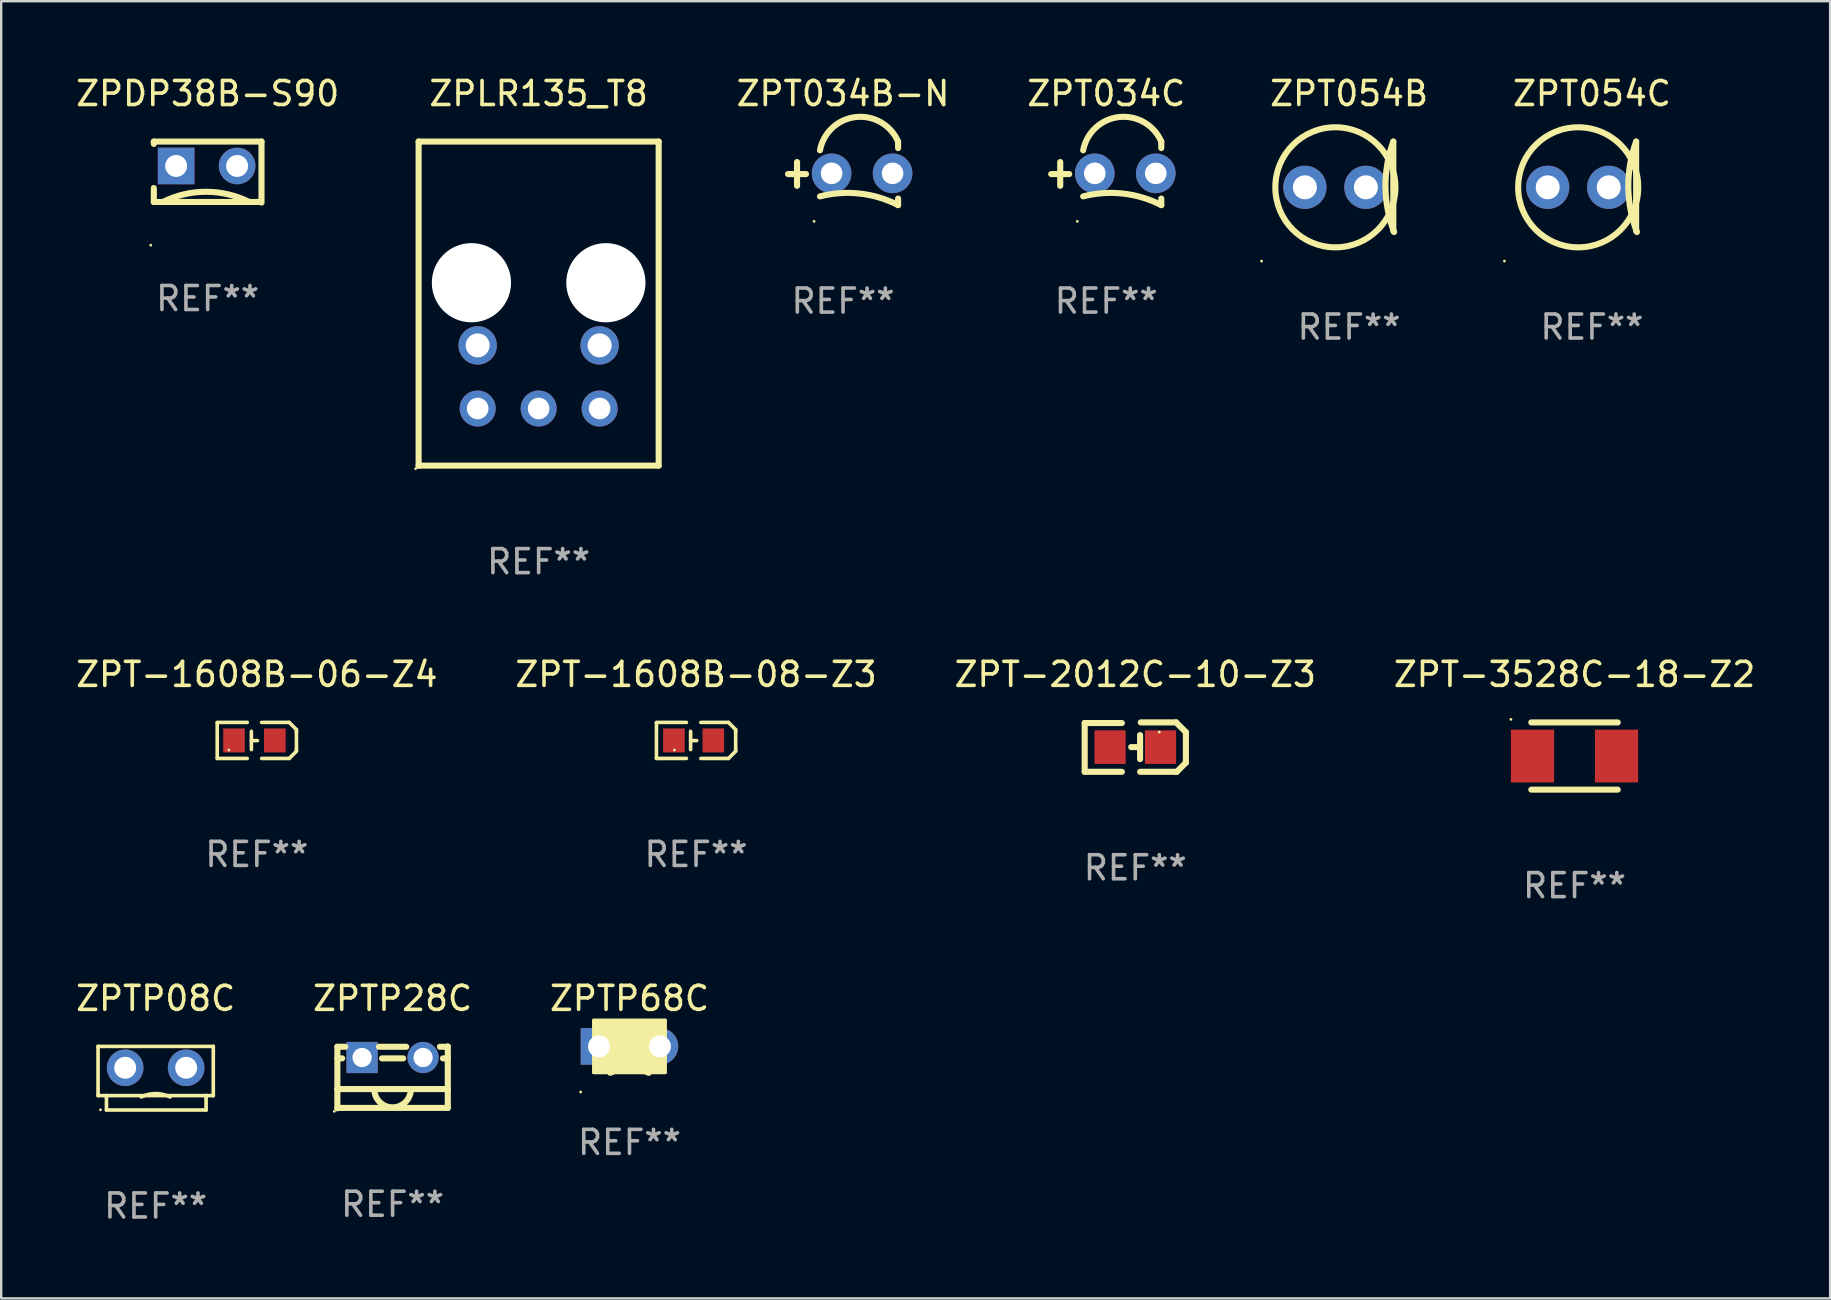
<source format=kicad_pcb>
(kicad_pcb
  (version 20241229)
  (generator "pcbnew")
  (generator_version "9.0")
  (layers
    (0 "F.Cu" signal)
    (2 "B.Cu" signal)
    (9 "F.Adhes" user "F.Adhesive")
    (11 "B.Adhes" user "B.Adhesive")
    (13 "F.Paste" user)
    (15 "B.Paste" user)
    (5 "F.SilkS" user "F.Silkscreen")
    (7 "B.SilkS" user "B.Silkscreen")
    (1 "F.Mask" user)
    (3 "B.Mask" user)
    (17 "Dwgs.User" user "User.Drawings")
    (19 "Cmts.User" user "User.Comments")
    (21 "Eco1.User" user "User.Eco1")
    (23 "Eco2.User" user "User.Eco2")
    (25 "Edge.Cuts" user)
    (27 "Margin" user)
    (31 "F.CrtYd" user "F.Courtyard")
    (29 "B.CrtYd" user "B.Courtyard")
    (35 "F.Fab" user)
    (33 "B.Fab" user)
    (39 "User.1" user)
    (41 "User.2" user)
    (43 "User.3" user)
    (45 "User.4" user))
  (footprint "ZPTP08C"
    (layer "F.Cu")
    (at 3.435 41.866)
    (property "Reference" "ZPTP08C" (at 0 -3.325 0) (layer "F.SilkS") (effects (font (size 1 1) (thickness 0.15))))
    (attr through_hole)
    (fp_line (start -2.4 -1.325) (end -2.4 0.725) (stroke (width 0.152) (type solid)) (layer "F.SilkS"))
    (fp_line (start -2.4 0.725) (end -2.05 0.725) (stroke (width 0.152) (type solid)) (layer "F.SilkS"))
    (fp_line (start -2.05 0.725) (end -2.05 1.325) (stroke (width 0.152) (type solid)) (layer "F.SilkS"))
    (fp_line (start -2.05 0.725) (end 2.1 0.725) (stroke (width 0.152) (type solid)) (layer "F.SilkS"))
    (fp_line (start -2.05 1.325) (end 2.1 1.325) (stroke (width 0.152) (type solid)) (layer "F.SilkS"))
    (fp_line (start 2.1 0.725) (end 2.4 0.725) (stroke (width 0.152) (type solid)) (layer "F.SilkS"))
    (fp_line (start 2.1 1.325) (end 2.1 0.725) (stroke (width 0.152) (type solid)) (layer "F.SilkS"))
    (fp_line (start 2.4 -1.325) (end -2.4 -1.325) (stroke (width 0.152) (type solid)) (layer "F.SilkS"))
    (fp_line (start 2.4 0.725) (end 2.4 -1.325) (stroke (width 0.152) (type solid)) (layer "F.SilkS"))
    (fp_arc (start -0.599035 0.78062) (mid 0 0.640177) (end 0.599035 0.78062) (stroke (width 0.151994) (type solid)) (layer "F.SilkS"))
    (fp_circle (center -2.3 1.315) (end -2.27 1.315) (stroke (width 0.06) (type solid)) (fill no) (layer "F.SilkS"))
    (fp_text user "REF**" (at 0 5.325 0) (layer "F.Fab") (effects (font (size 1 1) (thickness 0.15))))
    (pad "1" thru_hole circle (at -1.27 -0.435) (size 1.524 1.524) (drill 0.914) (layers "*.Cu" "*.Mask"))
    (pad "2" thru_hole circle (at 1.27 -0.435) (size 1.524 1.524) (drill 0.914) (layers "*.Cu" "*.Mask")))
  (footprint "ZPT054B"
    (layer "F.Cu")
    (at 53.151 4.712)
    (property "Reference" "ZPT054B" (at 0 -3.864 0) (layer "F.SilkS") (effects (font (size 1 1) (thickness 0.15))))
    (attr through_hole)
    (fp_line (start 1.842 -1.864) (end 1.842 1.864) (stroke (width 0.254) (type solid)) (layer "F.SilkS"))
    (fp_arc (start 1.87394 1.904026) (mid 1.515661 0.022871) (end 1.841504 -1.864173) (stroke (width 0.254001) (type solid)) (layer "F.SilkS"))
    (fp_circle (center -3.646 3.115) (end -3.616 3.115) (stroke (width 0.06) (type solid)) (fill no) (layer "F.SilkS"))
    (fp_circle (center -0.572 0.041) (end 1.929 0.041) (stroke (width 0.254) (type solid)) (fill no) (layer "F.SilkS"))
    (fp_text user "REF**" (at 0 5.864 0) (layer "F.Fab") (effects (font (size 1 1) (thickness 0.15))))
    (pad "1" thru_hole circle (at -1.842 0.041) (size 1.8 1.8) (drill 1) (layers "*.Cu" "*.Mask"))
    (pad "2" thru_hole circle (at 0.699 0.041) (size 1.8 1.8) (drill 1) (layers "*.Cu" "*.Mask")))
  (footprint "ZPT-3528C-18-Z2"
    (layer "F.Cu")
    (at 62.542 28.445)
    (property "Reference" "ZPT-3528C-18-Z2" (at 0 -3.4 0) (layer "F.SilkS") (effects (font (size 1 1) (thickness 0.15))))
    (attr through_hole)
    (fp_line (start 1.8 -1.4) (end -1.8 -1.4) (stroke (width 0.254) (type solid)) (layer "F.SilkS"))
    (fp_line (start 1.8 1.4) (end -1.8 1.4) (stroke (width 0.254) (type solid)) (layer "F.SilkS"))
    (fp_circle (center -2.65 -1.527) (end -2.62 -1.527) (stroke (width 0.06) (type solid)) (fill no) (layer "F.SilkS"))
    (fp_text user "REF**" (at 0 5.4 0) (layer "F.Fab") (effects (font (size 1 1) (thickness 0.15))))
    (pad "1" smd rect (at -1.75 0) (size 1.8 2.2) (layers "F.Cu" "F.Mask" "F.Paste"))
    (pad "2" smd rect (at 1.75 0) (size 1.8 2.2) (layers "F.Cu" "F.Mask" "F.Paste")))
  (footprint "ZPLR135_T8"
    (layer "F.Cu")
    (at 19.389 9.598)
    (property "Reference" "ZPLR135_T8" (at 0 -8.75 0) (layer "F.SilkS") (effects (font (size 1 1) (thickness 0.15))))
    (attr through_hole)
    (fp_line (start -5 -6.75) (end -5 6.75) (stroke (width 0.254) (type solid)) (layer "F.SilkS"))
    (fp_line (start -5 -6.75) (end 5 -6.75) (stroke (width 0.254) (type solid)) (layer "F.SilkS"))
    (fp_line (start -5 6.75) (end 5 6.75) (stroke (width 0.254) (type solid)) (layer "F.SilkS"))
    (fp_line (start 5 -6.75) (end 5 6.75) (stroke (width 0.254) (type solid)) (layer "F.SilkS"))
    (fp_circle (center -5.127 6.877) (end -5.097 6.877) (stroke (width 0.06) (type solid)) (fill no) (layer "F.SilkS"))
    (fp_text user "REF**" (at 0 10.75 0) (layer "F.Fab") (effects (font (size 1 1) (thickness 0.15))))
    (pad "" np_thru_hole circle (at -2.8 -0.87) (size 3.3 3.3) (drill 3.3) (layers "*.Cu" "*.Mask"))
    (pad "" np_thru_hole circle (at 2.8 -0.87) (size 3.3 3.3) (drill 3.3) (layers "*.Cu" "*.Mask"))
    (pad "1" thru_hole circle (at -2.54 4.37) (size 1.5 1.5) (drill 0.9) (layers "*.Cu" "*.Mask"))
    (pad "2" thru_hole circle (at 0 4.37) (size 1.5 1.5) (drill 0.9) (layers "*.Cu" "*.Mask"))
    (pad "3" thru_hole circle (at 2.54 4.37) (size 1.5 1.5) (drill 0.9) (layers "*.Cu" "*.Mask"))
    (pad "4" thru_hole circle (at 2.54 1.74) (size 1.6 1.6) (drill 1) (layers "*.Cu" "*.Mask"))
    (pad "5" thru_hole circle (at -2.54 1.74) (size 1.6 1.6) (drill 1) (layers "*.Cu" "*.Mask")))
  (footprint "ZPT034C"
    (layer "F.Cu")
    (at 43.034 4.171)
    (property "Reference" "ZPT034C" (at 0 -3.323 0) (layer "F.SilkS") (effects (font (size 1 1) (thickness 0.15))))
    (attr through_hole)
    (fp_line (start -1.917 0.52) (end -1.917 -0.47) (stroke (width 0.254) (type solid)) (layer "F.SilkS"))
    (fp_line (start -1.543 0.03) (end -2.293 0.03) (stroke (width 0.254) (type solid)) (layer "F.SilkS"))
    (fp_line (start 2.293 -1.051) (end 2.293 -1.323) (stroke (width 0.254) (type solid)) (layer "F.SilkS"))
    (fp_line (start 2.293 1.323) (end 2.293 1.051) (stroke (width 0.254) (type solid)) (layer "F.SilkS"))
    (fp_arc (start -0.96124 0.960224) (mid 0.699225 0.843072) (end 2.293167 1.322885) (stroke (width 0.254001) (type solid)) (layer "F.SilkS"))
    (fp_arc (start -0.961239 -0.960224) (mid 0.531872 -2.344856) (end 2.293167 -1.322885) (stroke (width 0.254001) (type solid)) (layer "F.SilkS"))
    (fp_circle (center -1.207 2) (end -1.177 2) (stroke (width 0.06) (type solid)) (fill no) (layer "F.SilkS"))
    (fp_text user "REF**" (at 0 5.323 0) (layer "F.Fab") (effects (font (size 1 1) (thickness 0.15))))
    (pad "1" thru_hole circle (at -0.477 0) (size 1.651 1.651) (drill 0.9) (layers "*.Cu" "*.Mask"))
    (pad "2" thru_hole circle (at 2.063 0) (size 1.651 1.651) (drill 0.9) (layers "*.Cu" "*.Mask")))
  (footprint "ZPT054C"
    (layer "F.Cu")
    (at 63.267 4.712)
    (property "Reference" "ZPT054C" (at 0 -3.864 0) (layer "F.SilkS") (effects (font (size 1 1) (thickness 0.15))))
    (attr through_hole)
    (fp_line (start 1.842 -1.864) (end 1.842 1.864) (stroke (width 0.254) (type solid)) (layer "F.SilkS"))
    (fp_arc (start 1.87394 1.904026) (mid 1.515661 0.022871) (end 1.841504 -1.864173) (stroke (width 0.254001) (type solid)) (layer "F.SilkS"))
    (fp_circle (center -3.646 3.115) (end -3.616 3.115) (stroke (width 0.06) (type solid)) (fill no) (layer "F.SilkS"))
    (fp_circle (center -0.572 0.041) (end 1.929 0.041) (stroke (width 0.254) (type solid)) (fill no) (layer "F.SilkS"))
    (fp_text user "REF**" (at 0 5.864 0) (layer "F.Fab") (effects (font (size 1 1) (thickness 0.15))))
    (pad "1" thru_hole circle (at -1.842 0.041) (size 1.8 1.8) (drill 1) (layers "*.Cu" "*.Mask"))
    (pad "2" thru_hole circle (at 0.699 0.041) (size 1.8 1.8) (drill 1) (layers "*.Cu" "*.Mask")))
  (footprint "ZPTP28C"
    (layer "F.Cu")
    (at 13.304 41.83)
    (property "Reference" "ZPTP28C" (at 0 -3.289 0) (layer "F.SilkS") (effects (font (size 1 1) (thickness 0.15))))
    (attr through_hole)
    (fp_line (start -2.3 0.489) (end -2.3 1.289) (stroke (width 0.254) (type solid)) (layer "F.SilkS"))
    (fp_line (start -2.299 -1.273) (end -1.971 -1.273) (stroke (width 0.254) (type solid)) (layer "F.SilkS"))
    (fp_line (start -2.299 0.489) (end -2.299 -1.273) (stroke (width 0.254) (type solid)) (layer "F.SilkS"))
    (fp_line (start -2.1 -0.79) (end -2.299 -0.79) (stroke (width 0.254) (type solid)) (layer "F.SilkS"))
    (fp_line (start -0.569 -1.273) (end 0.569 -1.273) (stroke (width 0.254) (type solid)) (layer "F.SilkS"))
    (fp_line (start 0.44 -0.79) (end -0.44 -0.79) (stroke (width 0.254) (type solid)) (layer "F.SilkS"))
    (fp_line (start 1.971 -1.273) (end 2.3 -1.273) (stroke (width 0.254) (type solid)) (layer "F.SilkS"))
    (fp_line (start 2.3 -1.289) (end 2.3 0.473) (stroke (width 0.254) (type solid)) (layer "F.SilkS"))
    (fp_line (start 2.3 -0.79) (end 2.1 -0.79) (stroke (width 0.254) (type solid)) (layer "F.SilkS"))
    (fp_line (start 2.3 0.473) (end 2.3 1.273) (stroke (width 0.254) (type solid)) (layer "F.SilkS"))
    (fp_line (start 2.3 0.489) (end -2.3 0.489) (stroke (width 0.254) (type solid)) (layer "F.SilkS"))
    (fp_line (start 2.3 1.273) (end -2.3 1.273) (stroke (width 0.254) (type solid)) (layer "F.SilkS"))
    (fp_arc (start 0.762002 0.489332) (mid 0 1.251334) (end -0.762002 0.489332) (stroke (width 0.254001) (type solid)) (layer "F.SilkS"))
    (fp_circle (center -2.427 1.416) (end -2.397 1.416) (stroke (width 0.06) (type solid)) (fill no) (layer "F.SilkS"))
    (fp_text user "REF**" (at 0 5.289 0) (layer "F.Fab") (effects (font (size 1 1) (thickness 0.15))))
    (pad "1" thru_hole rect (at -1.27 -0.826) (size 1.3 1.3) (drill 0.8) (layers "*.Cu" "*.Mask"))
    (pad "2" thru_hole circle (at 1.27 -0.826) (size 1.3 1.3) (drill 0.8) (layers "*.Cu" "*.Mask")))
  (footprint "ZPT034B-N"
    (layer "F.Cu")
    (at 32.07 4.171)
    (property "Reference" "ZPT034B-N" (at 0 -3.323 0) (layer "F.SilkS") (effects (font (size 1 1) (thickness 0.15))))
    (attr through_hole)
    (fp_line (start -1.917 0.52) (end -1.917 -0.47) (stroke (width 0.254) (type solid)) (layer "F.SilkS"))
    (fp_line (start -1.543 0.03) (end -2.293 0.03) (stroke (width 0.254) (type solid)) (layer "F.SilkS"))
    (fp_line (start 2.293 -1.051) (end 2.293 -1.323) (stroke (width 0.254) (type solid)) (layer "F.SilkS"))
    (fp_line (start 2.293 1.323) (end 2.293 1.051) (stroke (width 0.254) (type solid)) (layer "F.SilkS"))
    (fp_arc (start -0.96124 0.960224) (mid 0.699225 0.843072) (end 2.293167 1.322885) (stroke (width 0.254001) (type solid)) (layer "F.SilkS"))
    (fp_arc (start -0.961239 -0.960224) (mid 0.531872 -2.344856) (end 2.293167 -1.322885) (stroke (width 0.254001) (type solid)) (layer "F.SilkS"))
    (fp_circle (center -1.207 2) (end -1.177 2) (stroke (width 0.06) (type solid)) (fill no) (layer "F.SilkS"))
    (fp_text user "REF**" (at 0 5.323 0) (layer "F.Fab") (effects (font (size 1 1) (thickness 0.15))))
    (pad "1" thru_hole circle (at -0.477 0) (size 1.651 1.651) (drill 0.9) (layers "*.Cu" "*.Mask"))
    (pad "2" thru_hole circle (at 2.063 0) (size 1.651 1.651) (drill 0.9) (layers "*.Cu" "*.Mask")))
  (footprint "ZPT-2012C-10-Z3"
    (layer "F.Cu")
    (at 44.244 28.073)
    (property "Reference" "ZPT-2012C-10-Z3" (at 0 -3.029 0) (layer "F.SilkS") (effects (font (size 1 1) (thickness 0.15))))
    (attr through_hole)
    (fp_line (start -2.108 -1.003) (end -2.108 1.029) (stroke (width 0.254) (type solid)) (layer "F.SilkS"))
    (fp_line (start -2.108 1.029) (end -0.559 1.029) (stroke (width 0.254) (type solid)) (layer "F.SilkS"))
    (fp_line (start -0.559 -1.003) (end -2.108 -1.003) (stroke (width 0.254) (type solid)) (layer "F.SilkS"))
    (fp_line (start 0.1 0) (end -0.169 0) (stroke (width 0.254) (type solid)) (layer "F.SilkS"))
    (fp_line (start 0.2 -0.5) (end 0.2 0.5) (stroke (width 0.254) (type solid)) (layer "F.SilkS"))
    (fp_line (start 0.229 -1.029) (end 1.702 -1.029) (stroke (width 0.254) (type solid)) (layer "F.SilkS"))
    (fp_line (start 1.702 -1.029) (end 2.108 -0.622) (stroke (width 0.254) (type solid)) (layer "F.SilkS"))
    (fp_line (start 1.727 1.029) (end 0.203 1.029) (stroke (width 0.254) (type solid)) (layer "F.SilkS"))
    (fp_line (start 2.108 -0.622) (end 2.108 0.648) (stroke (width 0.254) (type solid)) (layer "F.SilkS"))
    (fp_line (start 2.108 0.648) (end 1.727 1.029) (stroke (width 0.254) (type solid)) (layer "F.SilkS"))
    (fp_circle (center 1 -0.625) (end 1.03 -0.625) (stroke (width 0.06) (type solid)) (fill no) (layer "F.SilkS"))
    (fp_text user "REF**" (at 0 5.029 0) (layer "F.Fab") (effects (font (size 1 1) (thickness 0.15))))
    (pad "1" smd rect (at 1.05 -0.000102 180) (size 1.3 1.4) (layers "F.Cu" "F.Mask" "F.Paste"))
    (pad "2" smd rect (at -1.05 -0.000102 180) (size 1.3 1.4) (layers "F.Cu" "F.Mask" "F.Paste")))
  (footprint "ZPT-1608B-06-Z4"
    (layer "F.Cu")
    (at 7.649 27.795)
    (property "Reference" "ZPT-1608B-06-Z4" (at 0 -2.75 0) (layer "F.SilkS") (effects (font (size 1 1) (thickness 0.15))))
    (attr through_hole)
    (fp_line (start -1.65 0.75) (end -1.65 -0.73) (stroke (width 0.15) (type solid)) (layer "F.SilkS"))
    (fp_line (start -0.4 -0.75) (end -1.65 -0.75) (stroke (width 0.15) (type solid)) (layer "F.SilkS"))
    (fp_line (start -0.4 0.75) (end -1.65 0.75) (stroke (width 0.15) (type solid)) (layer "F.SilkS"))
    (fp_line (start -0.227 -0.381) (end -0.227 0.381) (stroke (width 0.15) (type solid)) (layer "F.SilkS"))
    (fp_line (start -0.227 0.006) (end 0.027 0.006) (stroke (width 0.15) (type solid)) (layer "F.SilkS"))
    (fp_line (start 0.2 -0.75) (end 1.35 -0.75) (stroke (width 0.15) (type solid)) (layer "F.SilkS"))
    (fp_line (start 0.2 0.75) (end 1.35 0.75) (stroke (width 0.15) (type solid)) (layer "F.SilkS"))
    (fp_line (start 1.65 -0.45) (end 1.35 -0.75) (stroke (width 0.15) (type solid)) (layer "F.SilkS"))
    (fp_line (start 1.65 -0.35) (end 1.65 -0.45) (stroke (width 0.15) (type solid)) (layer "F.SilkS"))
    (fp_line (start 1.65 0.35) (end 1.65 -0.35) (stroke (width 0.15) (type solid)) (layer "F.SilkS"))
    (fp_line (start 1.65 0.35) (end 1.65 0.45) (stroke (width 0.15) (type solid)) (layer "F.SilkS"))
    (fp_line (start 1.65 0.45) (end 1.35 0.75) (stroke (width 0.15) (type solid)) (layer "F.SilkS"))
    (fp_circle (center -1.165 0.4) (end -1.135 0.4) (stroke (width 0.06) (type solid)) (fill no) (layer "F.SilkS"))
    (fp_text user "REF**" (at 0 4.75 0) (layer "F.Fab") (effects (font (size 1 1) (thickness 0.15))))
    (pad "1" smd rect (at -0.95 0.000025 270) (size 1 0.9) (layers "F.Cu" "F.Mask" "F.Paste"))
    (pad "2" smd rect (at 0.75 0.000025 270) (size 1 0.9) (layers "F.Cu" "F.Mask" "F.Paste")))
  (footprint "ZPT-1608B-08-Z3"
    (layer "F.Cu")
    (at 25.946 27.795)
    (property "Reference" "ZPT-1608B-08-Z3" (at 0 -2.75 0) (layer "F.SilkS") (effects (font (size 1 1) (thickness 0.15))))
    (attr through_hole)
    (fp_line (start -1.65 0.75) (end -1.65 -0.73) (stroke (width 0.15) (type solid)) (layer "F.SilkS"))
    (fp_line (start -0.4 -0.75) (end -1.65 -0.75) (stroke (width 0.15) (type solid)) (layer "F.SilkS"))
    (fp_line (start -0.4 0.75) (end -1.65 0.75) (stroke (width 0.15) (type solid)) (layer "F.SilkS"))
    (fp_line (start -0.227 -0.381) (end -0.227 0.381) (stroke (width 0.15) (type solid)) (layer "F.SilkS"))
    (fp_line (start -0.227 0.006) (end 0.027 0.006) (stroke (width 0.15) (type solid)) (layer "F.SilkS"))
    (fp_line (start 0.2 -0.75) (end 1.35 -0.75) (stroke (width 0.15) (type solid)) (layer "F.SilkS"))
    (fp_line (start 0.2 0.75) (end 1.35 0.75) (stroke (width 0.15) (type solid)) (layer "F.SilkS"))
    (fp_line (start 1.65 -0.45) (end 1.35 -0.75) (stroke (width 0.15) (type solid)) (layer "F.SilkS"))
    (fp_line (start 1.65 -0.35) (end 1.65 -0.45) (stroke (width 0.15) (type solid)) (layer "F.SilkS"))
    (fp_line (start 1.65 0.35) (end 1.65 -0.35) (stroke (width 0.15) (type solid)) (layer "F.SilkS"))
    (fp_line (start 1.65 0.35) (end 1.65 0.45) (stroke (width 0.15) (type solid)) (layer "F.SilkS"))
    (fp_line (start 1.65 0.45) (end 1.35 0.75) (stroke (width 0.15) (type solid)) (layer "F.SilkS"))
    (fp_circle (center -0.9 0.4) (end -0.87 0.4) (stroke (width 0.06) (type solid)) (fill no) (layer "F.SilkS"))
    (fp_text user "REF**" (at 0 4.75 0) (layer "F.Fab") (effects (font (size 1 1) (thickness 0.15))))
    (pad "1" smd rect (at -0.92 0.000051 270) (size 1 0.9) (layers "F.Cu" "F.Mask" "F.Paste"))
    (pad "2" smd rect (at 0.72 0.000051 270) (size 1 0.9) (layers "F.Cu" "F.Mask" "F.Paste")))
  (footprint "ZPDP38B-S90"
    (layer "F.Cu")
    (at 5.601 4.118)
    (property "Reference" "ZPDP38B-S90" (at 0 -3.27 0) (layer "F.SilkS") (effects (font (size 1 1) (thickness 0.15))))
    (attr through_hole)
    (fp_line (start -2.243 -1.27) (end 2.243 -1.27) (stroke (width 0.254) (type solid)) (layer "F.SilkS"))
    (fp_line (start -2.243 -1.174) (end -2.243 -1.27) (stroke (width 0.254) (type solid)) (layer "F.SilkS"))
    (fp_line (start -2.243 1.246) (end -2.243 0.666) (stroke (width 0.254) (type solid)) (layer "F.SilkS"))
    (fp_line (start 2.157 1.246) (end -2.243 1.246) (stroke (width 0.254) (type solid)) (layer "F.SilkS"))
    (fp_line (start 2.243 -1.27) (end 2.243 1.27) (stroke (width 0.254) (type solid)) (layer "F.SilkS"))
    (fp_arc (start -1.868402 1.245999) (mid -0.068402 0.821077) (end 1.731598 1.245999) (stroke (width 0.254001) (type solid)) (layer "F.SilkS"))
    (fp_circle (center -2.37 3.046) (end -2.34 3.046) (stroke (width 0.06) (type solid)) (fill no) (layer "F.SilkS"))
    (fp_text user "REF**" (at 0 5.27 0) (layer "F.Fab") (effects (font (size 1 1) (thickness 0.15))))
    (pad "1" thru_hole rect (at -1.313 -0.254) (size 1.524 1.524) (drill 0.914) (layers "*.Cu" "*.Mask"))
    (pad "2" thru_hole circle (at 1.227 -0.254) (size 1.524 1.524) (drill 0.914) (layers "*.Cu" "*.Mask")))
  (footprint "ZPTP68C"
    (layer "F.Cu")
    (at 23.173 40.541)
    (property "Reference" "ZPTP68C" (at 0 -2 0) (layer "F.SilkS") (effects (font (size 1 1) (thickness 0.15))))
    (attr through_hole)
    (fp_arc (start -0.8 1.1) (mid 0.000013 0.911141) (end 0.800026 1.1) (stroke (width 0.254001) (type solid)) (layer "F.SilkS"))
    (fp_circle (center -2.032 1.9) (end -2.002 1.9) (stroke (width 0.06) (type solid)) (fill no) (layer "F.SilkS"))
    (fp_poly (pts (xy -1.5 -1.1) (xy 1.5 -1.1) (xy 1.5 1.1) (xy -1.5 1.1)) (stroke (width 0.12) (type solid)) (fill yes) (layer "F.SilkS"))
    (fp_text user "REF**" (at 0 4 0) (layer "F.Fab") (effects (font (size 1 1) (thickness 0.15))))
    (pad "1" thru_hole rect (at -1.27 0) (size 1.524 1.524) (drill 0.914) (layers "*.Cu" "*.Mask"))
    (pad "2" thru_hole circle (at 1.27 0) (size 1.524 1.524) (drill 0.914) (layers "*.Cu" "*.Mask")))
  (gr_rect
    (start -3 -3)
    (end 73.19 51.039)
    (stroke (width 0.1) (type default))
    (fill no)
    (layer "Edge.Cuts")))
</source>
